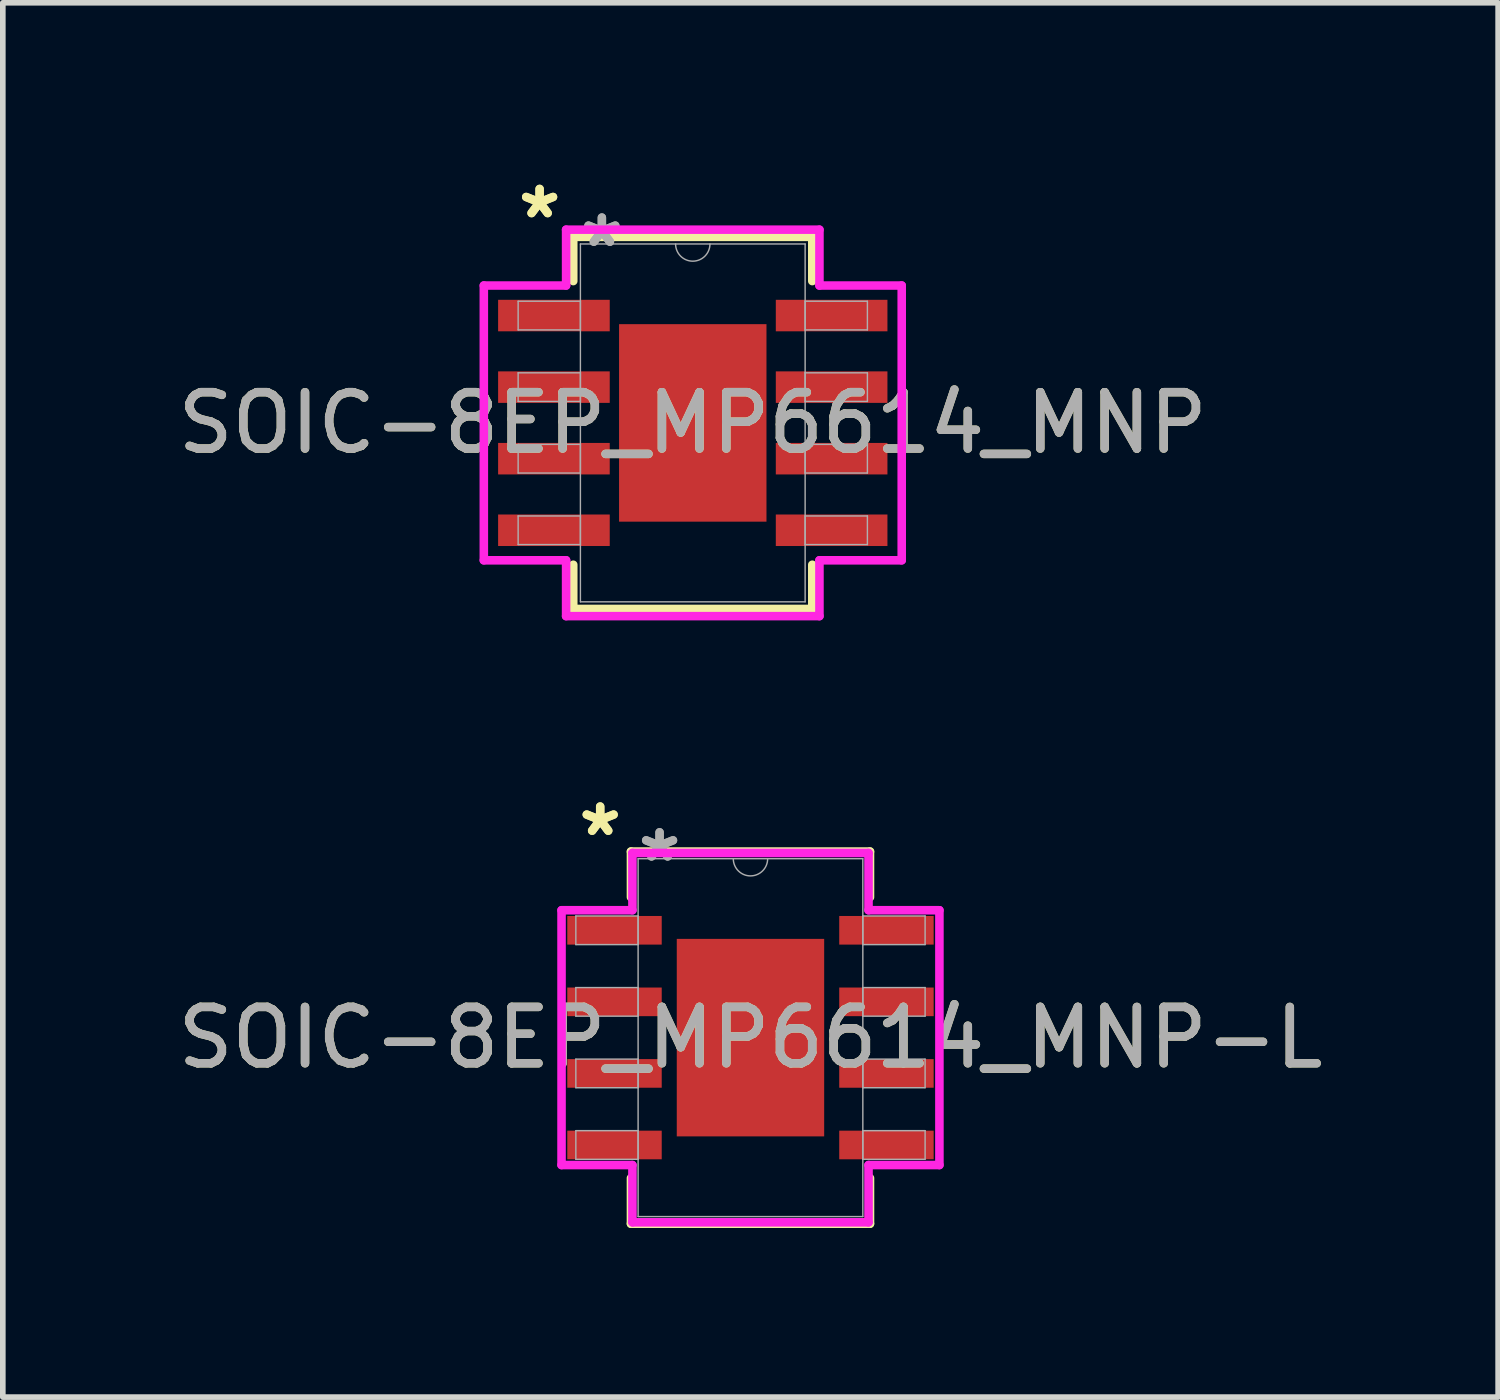
<source format=kicad_pcb>
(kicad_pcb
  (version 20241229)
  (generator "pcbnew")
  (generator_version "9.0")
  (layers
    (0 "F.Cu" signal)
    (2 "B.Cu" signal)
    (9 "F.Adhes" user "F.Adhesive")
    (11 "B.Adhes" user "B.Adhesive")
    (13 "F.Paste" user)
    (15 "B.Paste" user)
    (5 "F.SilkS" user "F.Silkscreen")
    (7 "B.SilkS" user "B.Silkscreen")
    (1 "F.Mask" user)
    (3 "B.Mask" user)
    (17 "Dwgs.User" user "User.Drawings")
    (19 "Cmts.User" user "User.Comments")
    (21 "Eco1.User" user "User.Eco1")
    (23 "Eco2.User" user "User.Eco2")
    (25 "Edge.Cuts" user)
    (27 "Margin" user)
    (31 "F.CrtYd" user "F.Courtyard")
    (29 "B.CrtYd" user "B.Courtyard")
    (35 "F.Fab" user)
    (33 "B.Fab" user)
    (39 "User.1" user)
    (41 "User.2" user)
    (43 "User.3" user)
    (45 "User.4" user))
  (footprint "SOIC-8EP_MP6614_MNP"
    (layer "F.Cu")
    (at 9.244 4.455)
    (property "Reference" "SOIC-8EP_MP6614_MNP" (at 0 0 0) (unlocked yes) (layer "F.SilkS") (effects (font (size 1 1) (thickness 0.15))))
    (attr smd)
    (fp_line (start -2.121 -3.302) (end -2.121 -2.517) (stroke (width 0.152) (type solid)) (layer "F.SilkS"))
    (fp_line (start -2.121 2.517) (end -2.121 3.302) (stroke (width 0.152) (type solid)) (layer "F.SilkS"))
    (fp_line (start -2.121 3.302) (end 2.121 3.302) (stroke (width 0.152) (type solid)) (layer "F.SilkS"))
    (fp_line (start 2.121 -3.302) (end -2.121 -3.302) (stroke (width 0.152) (type solid)) (layer "F.SilkS"))
    (fp_line (start 2.121 -2.517) (end 2.121 -3.302) (stroke (width 0.152) (type solid)) (layer "F.SilkS"))
    (fp_line (start 2.121 3.302) (end 2.121 2.517) (stroke (width 0.152) (type solid)) (layer "F.SilkS"))
    (fp_poly (pts (xy -1.208 -1.653) (xy -1.208 -0.1) (xy -0.1 -0.1) (xy -0.1 -1.653)) (stroke (width 0) (type solid)) (fill yes) (layer "F.Paste"))
    (fp_poly (pts (xy -1.208 0.1) (xy -1.208 1.653) (xy -0.1 1.653) (xy -0.1 0.1)) (stroke (width 0) (type solid)) (fill yes) (layer "F.Paste"))
    (fp_poly (pts (xy 0.1 -1.653) (xy 0.1 -0.1) (xy 1.208 -0.1) (xy 1.208 -1.653)) (stroke (width 0) (type solid)) (fill yes) (layer "F.Paste"))
    (fp_poly (pts (xy 0.1 0.1) (xy 0.1 1.653) (xy 1.208 1.653) (xy 1.208 0.1)) (stroke (width 0) (type solid)) (fill yes) (layer "F.Paste"))
    (fp_line (start -3.708 -2.438) (end -2.248 -2.438) (stroke (width 0.152) (type solid)) (layer "F.CrtYd"))
    (fp_line (start -3.708 2.438) (end -3.708 -2.438) (stroke (width 0.152) (type solid)) (layer "F.CrtYd"))
    (fp_line (start -3.708 2.438) (end -2.248 2.438) (stroke (width 0.152) (type solid)) (layer "F.CrtYd"))
    (fp_line (start -2.248 -3.429) (end 2.248 -3.429) (stroke (width 0.152) (type solid)) (layer "F.CrtYd"))
    (fp_line (start -2.248 -2.438) (end -2.248 -3.429) (stroke (width 0.152) (type solid)) (layer "F.CrtYd"))
    (fp_line (start -2.248 3.429) (end -2.248 2.438) (stroke (width 0.152) (type solid)) (layer "F.CrtYd"))
    (fp_line (start 2.248 -3.429) (end 2.248 -2.438) (stroke (width 0.152) (type solid)) (layer "F.CrtYd"))
    (fp_line (start 2.248 2.438) (end 2.248 3.429) (stroke (width 0.152) (type solid)) (layer "F.CrtYd"))
    (fp_line (start 2.248 3.429) (end -2.248 3.429) (stroke (width 0.152) (type solid)) (layer "F.CrtYd"))
    (fp_line (start 3.708 -2.438) (end 2.248 -2.438) (stroke (width 0.152) (type solid)) (layer "F.CrtYd"))
    (fp_line (start 3.708 -2.438) (end 3.708 2.438) (stroke (width 0.152) (type solid)) (layer "F.CrtYd"))
    (fp_line (start 3.708 2.438) (end 2.248 2.438) (stroke (width 0.152) (type solid)) (layer "F.CrtYd"))
    (fp_line (start -3.099 -2.159) (end -3.099 -1.651) (stroke (width 0.025) (type solid)) (layer "F.Fab"))
    (fp_line (start -3.099 -1.651) (end -1.994 -1.651) (stroke (width 0.025) (type solid)) (layer "F.Fab"))
    (fp_line (start -3.099 -0.889) (end -3.099 -0.381) (stroke (width 0.025) (type solid)) (layer "F.Fab"))
    (fp_line (start -3.099 -0.381) (end -1.994 -0.381) (stroke (width 0.025) (type solid)) (layer "F.Fab"))
    (fp_line (start -3.099 0.381) (end -3.099 0.889) (stroke (width 0.025) (type solid)) (layer "F.Fab"))
    (fp_line (start -3.099 0.889) (end -1.994 0.889) (stroke (width 0.025) (type solid)) (layer "F.Fab"))
    (fp_line (start -3.099 1.651) (end -3.099 2.159) (stroke (width 0.025) (type solid)) (layer "F.Fab"))
    (fp_line (start -3.099 2.159) (end -1.994 2.159) (stroke (width 0.025) (type solid)) (layer "F.Fab"))
    (fp_line (start -1.994 -3.175) (end -1.994 3.175) (stroke (width 0.025) (type solid)) (layer "F.Fab"))
    (fp_line (start -1.994 -2.159) (end -3.099 -2.159) (stroke (width 0.025) (type solid)) (layer "F.Fab"))
    (fp_line (start -1.994 -1.651) (end -1.994 -2.159) (stroke (width 0.025) (type solid)) (layer "F.Fab"))
    (fp_line (start -1.994 -0.889) (end -3.099 -0.889) (stroke (width 0.025) (type solid)) (layer "F.Fab"))
    (fp_line (start -1.994 -0.381) (end -1.994 -0.889) (stroke (width 0.025) (type solid)) (layer "F.Fab"))
    (fp_line (start -1.994 0.381) (end -3.099 0.381) (stroke (width 0.025) (type solid)) (layer "F.Fab"))
    (fp_line (start -1.994 0.889) (end -1.994 0.381) (stroke (width 0.025) (type solid)) (layer "F.Fab"))
    (fp_line (start -1.994 1.651) (end -3.099 1.651) (stroke (width 0.025) (type solid)) (layer "F.Fab"))
    (fp_line (start -1.994 2.159) (end -1.994 1.651) (stroke (width 0.025) (type solid)) (layer "F.Fab"))
    (fp_line (start -1.994 3.175) (end 1.994 3.175) (stroke (width 0.025) (type solid)) (layer "F.Fab"))
    (fp_line (start 1.994 -3.175) (end -1.994 -3.175) (stroke (width 0.025) (type solid)) (layer "F.Fab"))
    (fp_line (start 1.994 -2.159) (end 1.994 -1.651) (stroke (width 0.025) (type solid)) (layer "F.Fab"))
    (fp_line (start 1.994 -1.651) (end 3.099 -1.651) (stroke (width 0.025) (type solid)) (layer "F.Fab"))
    (fp_line (start 1.994 -0.889) (end 1.994 -0.381) (stroke (width 0.025) (type solid)) (layer "F.Fab"))
    (fp_line (start 1.994 -0.381) (end 3.099 -0.381) (stroke (width 0.025) (type solid)) (layer "F.Fab"))
    (fp_line (start 1.994 0.381) (end 1.994 0.889) (stroke (width 0.025) (type solid)) (layer "F.Fab"))
    (fp_line (start 1.994 0.889) (end 3.099 0.889) (stroke (width 0.025) (type solid)) (layer "F.Fab"))
    (fp_line (start 1.994 1.651) (end 1.994 2.159) (stroke (width 0.025) (type solid)) (layer "F.Fab"))
    (fp_line (start 1.994 2.159) (end 3.099 2.159) (stroke (width 0.025) (type solid)) (layer "F.Fab"))
    (fp_line (start 1.994 3.175) (end 1.994 -3.175) (stroke (width 0.025) (type solid)) (layer "F.Fab"))
    (fp_line (start 3.099 -2.159) (end 1.994 -2.159) (stroke (width 0.025) (type solid)) (layer "F.Fab"))
    (fp_line (start 3.099 -1.651) (end 3.099 -2.159) (stroke (width 0.025) (type solid)) (layer "F.Fab"))
    (fp_line (start 3.099 -0.889) (end 1.994 -0.889) (stroke (width 0.025) (type solid)) (layer "F.Fab"))
    (fp_line (start 3.099 -0.381) (end 3.099 -0.889) (stroke (width 0.025) (type solid)) (layer "F.Fab"))
    (fp_line (start 3.099 0.381) (end 1.994 0.381) (stroke (width 0.025) (type solid)) (layer "F.Fab"))
    (fp_line (start 3.099 0.889) (end 3.099 0.381) (stroke (width 0.025) (type solid)) (layer "F.Fab"))
    (fp_line (start 3.099 1.651) (end 1.994 1.651) (stroke (width 0.025) (type solid)) (layer "F.Fab"))
    (fp_line (start 3.099 2.159) (end 3.099 1.651) (stroke (width 0.025) (type solid)) (layer "F.Fab"))
    (fp_arc (start 0.3048 -3.175) (mid 0 -2.8702) (end -0.3048 -3.175) (stroke (width 0.0254) (type solid)) (layer "F.Fab"))
    (fp_text user "*" (at -2.718 -3.607 0) (layer "F.SilkS") (effects (font (size 1 1) (thickness 0.15))))
    (fp_text user "*" (at -2.718 -3.607 0) (unlocked yes) (layer "F.SilkS") (effects (font (size 1 1) (thickness 0.15))))
    (fp_text user "*" (at -1.613 -3.099 0) (layer "F.Fab") (effects (font (size 1 1) (thickness 0.15))))
    (fp_text user "*" (at -1.613 -3.099 0) (unlocked yes) (layer "F.Fab") (effects (font (size 1 1) (thickness 0.15))))
    (fp_text user "${REFERENCE}" (at 0 0 0) (unlocked yes) (layer "F.Fab") (effects (font (size 1 1) (thickness 0.15))))
    (pad "1" smd rect (at -2.464 -1.905) (size 1.981 0.559) (layers "F.Cu" "F.Mask" "F.Paste"))
    (pad "2" smd rect (at -2.464 -0.635) (size 1.981 0.559) (layers "F.Cu" "F.Mask" "F.Paste"))
    (pad "3" smd rect (at -2.464 0.635) (size 1.981 0.559) (layers "F.Cu" "F.Mask" "F.Paste"))
    (pad "4" smd rect (at -2.464 1.905) (size 1.981 0.559) (layers "F.Cu" "F.Mask" "F.Paste"))
    (pad "5" smd rect (at 2.464 1.905) (size 1.981 0.559) (layers "F.Cu" "F.Mask" "F.Paste"))
    (pad "6" smd rect (at 2.464 0.635) (size 1.981 0.559) (layers "F.Cu" "F.Mask" "F.Paste"))
    (pad "7" smd rect (at 2.464 -0.635) (size 1.981 0.559) (layers "F.Cu" "F.Mask" "F.Paste"))
    (pad "8" smd rect (at 2.464 -1.905) (size 1.981 0.559) (layers "F.Cu" "F.Mask" "F.Paste"))
    (pad "9" smd rect (at 0 0) (size 2.616 3.505) (layers "F.Cu" "F.Mask")))
  (footprint "SOIC-8EP_MP6614_MNP-L"
    (layer "F.Cu")
    (at 10.268 15.364)
    (property "Reference" "SOIC-8EP_MP6614_MNP-L" (at 0 0 0) (unlocked yes) (layer "F.SilkS") (effects (font (size 1 1) (thickness 0.15))))
    (attr smd)
    (fp_line (start -2.121 -3.302) (end -2.121 -2.492) (stroke (width 0.152) (type solid)) (layer "F.SilkS"))
    (fp_line (start -2.121 2.492) (end -2.121 3.302) (stroke (width 0.152) (type solid)) (layer "F.SilkS"))
    (fp_line (start -2.121 3.302) (end 2.121 3.302) (stroke (width 0.152) (type solid)) (layer "F.SilkS"))
    (fp_line (start 2.121 -3.302) (end -2.121 -3.302) (stroke (width 0.152) (type solid)) (layer "F.SilkS"))
    (fp_line (start 2.121 -2.492) (end 2.121 -3.302) (stroke (width 0.152) (type solid)) (layer "F.SilkS"))
    (fp_line (start 2.121 3.302) (end 2.121 2.492) (stroke (width 0.152) (type solid)) (layer "F.SilkS"))
    (fp_poly (pts (xy -1.208 -1.653) (xy -1.208 -0.1) (xy -0.1 -0.1) (xy -0.1 -1.653)) (stroke (width 0) (type solid)) (fill yes) (layer "F.Paste"))
    (fp_poly (pts (xy -1.208 0.1) (xy -1.208 1.653) (xy -0.1 1.653) (xy -0.1 0.1)) (stroke (width 0) (type solid)) (fill yes) (layer "F.Paste"))
    (fp_poly (pts (xy 0.1 -1.653) (xy 0.1 -0.1) (xy 1.208 -0.1) (xy 1.208 -1.653)) (stroke (width 0) (type solid)) (fill yes) (layer "F.Paste"))
    (fp_poly (pts (xy 0.1 0.1) (xy 0.1 1.653) (xy 1.208 1.653) (xy 1.208 0.1)) (stroke (width 0) (type solid)) (fill yes) (layer "F.Paste"))
    (fp_line (start -3.353 -2.261) (end -2.095 -2.261) (stroke (width 0.152) (type solid)) (layer "F.CrtYd"))
    (fp_line (start -3.353 2.261) (end -3.353 -2.261) (stroke (width 0.152) (type solid)) (layer "F.CrtYd"))
    (fp_line (start -3.353 2.261) (end -2.095 2.261) (stroke (width 0.152) (type solid)) (layer "F.CrtYd"))
    (fp_line (start -2.095 -3.277) (end 2.095 -3.277) (stroke (width 0.152) (type solid)) (layer "F.CrtYd"))
    (fp_line (start -2.095 -2.261) (end -2.095 -3.277) (stroke (width 0.152) (type solid)) (layer "F.CrtYd"))
    (fp_line (start -2.095 3.277) (end -2.095 2.261) (stroke (width 0.152) (type solid)) (layer "F.CrtYd"))
    (fp_line (start 2.095 -3.277) (end 2.095 -2.261) (stroke (width 0.152) (type solid)) (layer "F.CrtYd"))
    (fp_line (start 2.095 2.261) (end 2.095 3.277) (stroke (width 0.152) (type solid)) (layer "F.CrtYd"))
    (fp_line (start 2.095 3.277) (end -2.095 3.277) (stroke (width 0.152) (type solid)) (layer "F.CrtYd"))
    (fp_line (start 3.353 -2.261) (end 2.095 -2.261) (stroke (width 0.152) (type solid)) (layer "F.CrtYd"))
    (fp_line (start 3.353 -2.261) (end 3.353 2.261) (stroke (width 0.152) (type solid)) (layer "F.CrtYd"))
    (fp_line (start 3.353 2.261) (end 2.095 2.261) (stroke (width 0.152) (type solid)) (layer "F.CrtYd"))
    (fp_line (start -3.099 -2.159) (end -3.099 -1.651) (stroke (width 0.025) (type solid)) (layer "F.Fab"))
    (fp_line (start -3.099 -1.651) (end -1.994 -1.651) (stroke (width 0.025) (type solid)) (layer "F.Fab"))
    (fp_line (start -3.099 -0.889) (end -3.099 -0.381) (stroke (width 0.025) (type solid)) (layer "F.Fab"))
    (fp_line (start -3.099 -0.381) (end -1.994 -0.381) (stroke (width 0.025) (type solid)) (layer "F.Fab"))
    (fp_line (start -3.099 0.381) (end -3.099 0.889) (stroke (width 0.025) (type solid)) (layer "F.Fab"))
    (fp_line (start -3.099 0.889) (end -1.994 0.889) (stroke (width 0.025) (type solid)) (layer "F.Fab"))
    (fp_line (start -3.099 1.651) (end -3.099 2.159) (stroke (width 0.025) (type solid)) (layer "F.Fab"))
    (fp_line (start -3.099 2.159) (end -1.994 2.159) (stroke (width 0.025) (type solid)) (layer "F.Fab"))
    (fp_line (start -1.994 -3.175) (end -1.994 3.175) (stroke (width 0.025) (type solid)) (layer "F.Fab"))
    (fp_line (start -1.994 -2.159) (end -3.099 -2.159) (stroke (width 0.025) (type solid)) (layer "F.Fab"))
    (fp_line (start -1.994 -1.651) (end -1.994 -2.159) (stroke (width 0.025) (type solid)) (layer "F.Fab"))
    (fp_line (start -1.994 -0.889) (end -3.099 -0.889) (stroke (width 0.025) (type solid)) (layer "F.Fab"))
    (fp_line (start -1.994 -0.381) (end -1.994 -0.889) (stroke (width 0.025) (type solid)) (layer "F.Fab"))
    (fp_line (start -1.994 0.381) (end -3.099 0.381) (stroke (width 0.025) (type solid)) (layer "F.Fab"))
    (fp_line (start -1.994 0.889) (end -1.994 0.381) (stroke (width 0.025) (type solid)) (layer "F.Fab"))
    (fp_line (start -1.994 1.651) (end -3.099 1.651) (stroke (width 0.025) (type solid)) (layer "F.Fab"))
    (fp_line (start -1.994 2.159) (end -1.994 1.651) (stroke (width 0.025) (type solid)) (layer "F.Fab"))
    (fp_line (start -1.994 3.175) (end 1.994 3.175) (stroke (width 0.025) (type solid)) (layer "F.Fab"))
    (fp_line (start 1.994 -3.175) (end -1.994 -3.175) (stroke (width 0.025) (type solid)) (layer "F.Fab"))
    (fp_line (start 1.994 -2.159) (end 1.994 -1.651) (stroke (width 0.025) (type solid)) (layer "F.Fab"))
    (fp_line (start 1.994 -1.651) (end 3.099 -1.651) (stroke (width 0.025) (type solid)) (layer "F.Fab"))
    (fp_line (start 1.994 -0.889) (end 1.994 -0.381) (stroke (width 0.025) (type solid)) (layer "F.Fab"))
    (fp_line (start 1.994 -0.381) (end 3.099 -0.381) (stroke (width 0.025) (type solid)) (layer "F.Fab"))
    (fp_line (start 1.994 0.381) (end 1.994 0.889) (stroke (width 0.025) (type solid)) (layer "F.Fab"))
    (fp_line (start 1.994 0.889) (end 3.099 0.889) (stroke (width 0.025) (type solid)) (layer "F.Fab"))
    (fp_line (start 1.994 1.651) (end 1.994 2.159) (stroke (width 0.025) (type solid)) (layer "F.Fab"))
    (fp_line (start 1.994 2.159) (end 3.099 2.159) (stroke (width 0.025) (type solid)) (layer "F.Fab"))
    (fp_line (start 1.994 3.175) (end 1.994 -3.175) (stroke (width 0.025) (type solid)) (layer "F.Fab"))
    (fp_line (start 3.099 -2.159) (end 1.994 -2.159) (stroke (width 0.025) (type solid)) (layer "F.Fab"))
    (fp_line (start 3.099 -1.651) (end 3.099 -2.159) (stroke (width 0.025) (type solid)) (layer "F.Fab"))
    (fp_line (start 3.099 -0.889) (end 1.994 -0.889) (stroke (width 0.025) (type solid)) (layer "F.Fab"))
    (fp_line (start 3.099 -0.381) (end 3.099 -0.889) (stroke (width 0.025) (type solid)) (layer "F.Fab"))
    (fp_line (start 3.099 0.381) (end 1.994 0.381) (stroke (width 0.025) (type solid)) (layer "F.Fab"))
    (fp_line (start 3.099 0.889) (end 3.099 0.381) (stroke (width 0.025) (type solid)) (layer "F.Fab"))
    (fp_line (start 3.099 1.651) (end 1.994 1.651) (stroke (width 0.025) (type solid)) (layer "F.Fab"))
    (fp_line (start 3.099 2.159) (end 3.099 1.651) (stroke (width 0.025) (type solid)) (layer "F.Fab"))
    (fp_arc (start 0.3048 -3.175) (mid 0 -2.8702) (end -0.3048 -3.175) (stroke (width 0.0254) (type solid)) (layer "F.Fab"))
    (fp_text user "*" (at -2.667 -3.556 0) (unlocked yes) (layer "F.SilkS") (effects (font (size 1 1) (thickness 0.15))))
    (fp_text user "*" (at -2.667 -3.556 0) (layer "F.SilkS") (effects (font (size 1 1) (thickness 0.15))))
    (fp_text user "*" (at -1.613 -3.099 0) (unlocked yes) (layer "F.Fab") (effects (font (size 1 1) (thickness 0.15))))
    (fp_text user "*" (at -1.613 -3.099 0) (layer "F.Fab") (effects (font (size 1 1) (thickness 0.15))))
    (fp_text user "${REFERENCE}" (at 0 0 0) (unlocked yes) (layer "F.Fab") (effects (font (size 1 1) (thickness 0.15))))
    (pad "1" smd rect (at -2.413 -1.905) (size 1.676 0.508) (layers "F.Cu" "F.Mask" "F.Paste"))
    (pad "2" smd rect (at -2.413 -0.635) (size 1.676 0.508) (layers "F.Cu" "F.Mask" "F.Paste"))
    (pad "3" smd rect (at -2.413 0.635) (size 1.676 0.508) (layers "F.Cu" "F.Mask" "F.Paste"))
    (pad "4" smd rect (at -2.413 1.905) (size 1.676 0.508) (layers "F.Cu" "F.Mask" "F.Paste"))
    (pad "5" smd rect (at 2.413 1.905) (size 1.676 0.508) (layers "F.Cu" "F.Mask" "F.Paste"))
    (pad "6" smd rect (at 2.413 0.635) (size 1.676 0.508) (layers "F.Cu" "F.Mask" "F.Paste"))
    (pad "7" smd rect (at 2.413 -0.635) (size 1.676 0.508) (layers "F.Cu" "F.Mask" "F.Paste"))
    (pad "8" smd rect (at 2.413 -1.905) (size 1.676 0.508) (layers "F.Cu" "F.Mask" "F.Paste"))
    (pad "9" smd rect (at 0 0) (size 2.616 3.505) (layers "F.Cu" "F.Mask")))
  (gr_rect
    (start -3 -3)
    (end 23.536 21.743)
    (stroke (width 0.1) (type default))
    (fill no)
    (layer "Edge.Cuts")))
</source>
